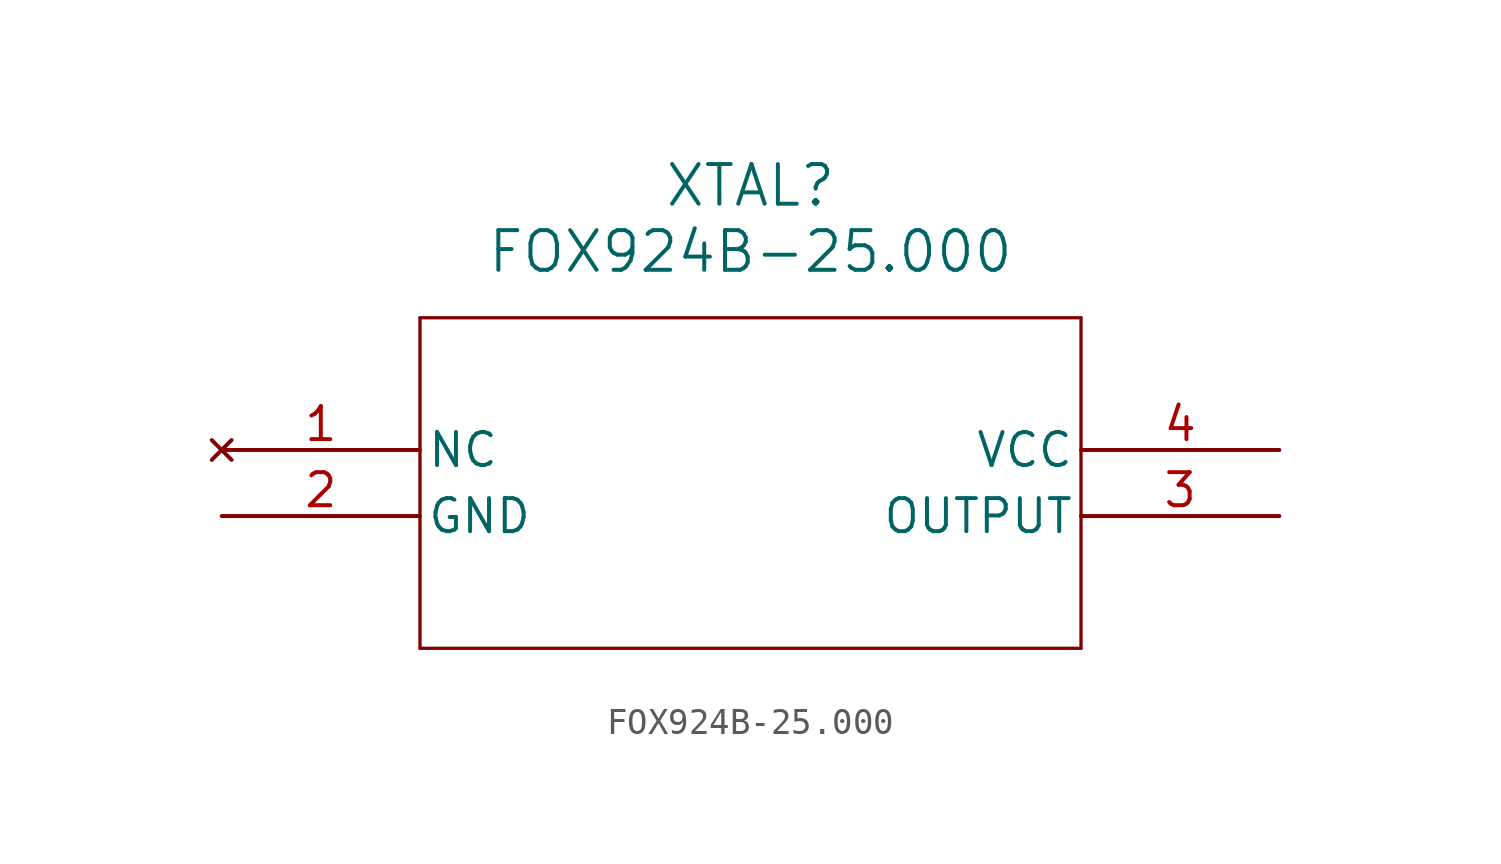
<source format=kicad_sym>
(kicad_symbol_lib
  (version 20211014)
  (generator kicad_symbol_editor)
  (symbol "FOX924B-25.000"
    (pin_names
      (offset 0.254))
    (property "Reference" "XTAL"
      (at 20.32 10.16 0)
      (effects (font (size 1.524 1.524))))
    (property "Value" "FOX924B-25.000"
      (at 20.32 7.62 0)
      (effects (font (size 1.524 1.524))))
    (symbol "FOX924B-25.000_0_1"
      (polyline (pts (xy 7.62 5.08) (xy 7.62 -7.62)) (stroke (width 0.127) (type default) (color 0 0 0 0)) (fill (type none)))
      (polyline (pts (xy 7.62 -7.62) (xy 33.02 -7.62)) (stroke (width 0.127) (type default) (color 0 0 0 0)) (fill (type none)))
      (polyline (pts (xy 33.02 -7.62) (xy 33.02 5.08)) (stroke (width 0.127) (type default) (color 0 0 0 0)) (fill (type none)))
      (polyline (pts (xy 33.02 5.08) (xy 7.62 5.08)) (stroke (width 0.127) (type default) (color 0 0 0 0)) (fill (type none)))
      (pin no_connect line (at 0 0 0) (length 7.62) (name "NC" (effects (font (size 1.27 1.27)))) (number "1" (effects (font (size 1.27 1.27)))))
      (pin power_out line (at 0 -2.54 0) (length 7.62) (name "GND" (effects (font (size 1.27 1.27)))) (number "2" (effects (font (size 1.27 1.27)))))
      (pin output line (at 40.64 -2.54 180) (length 7.62) (name "OUTPUT" (effects (font (size 1.27 1.27)))) (number "3" (effects (font (size 1.27 1.27)))))
      (pin power_in line (at 40.64 0 180) (length 7.62) (name "VCC" (effects (font (size 1.27 1.27)))) (number "4" (effects (font (size 1.27 1.27))))))))
</source>
